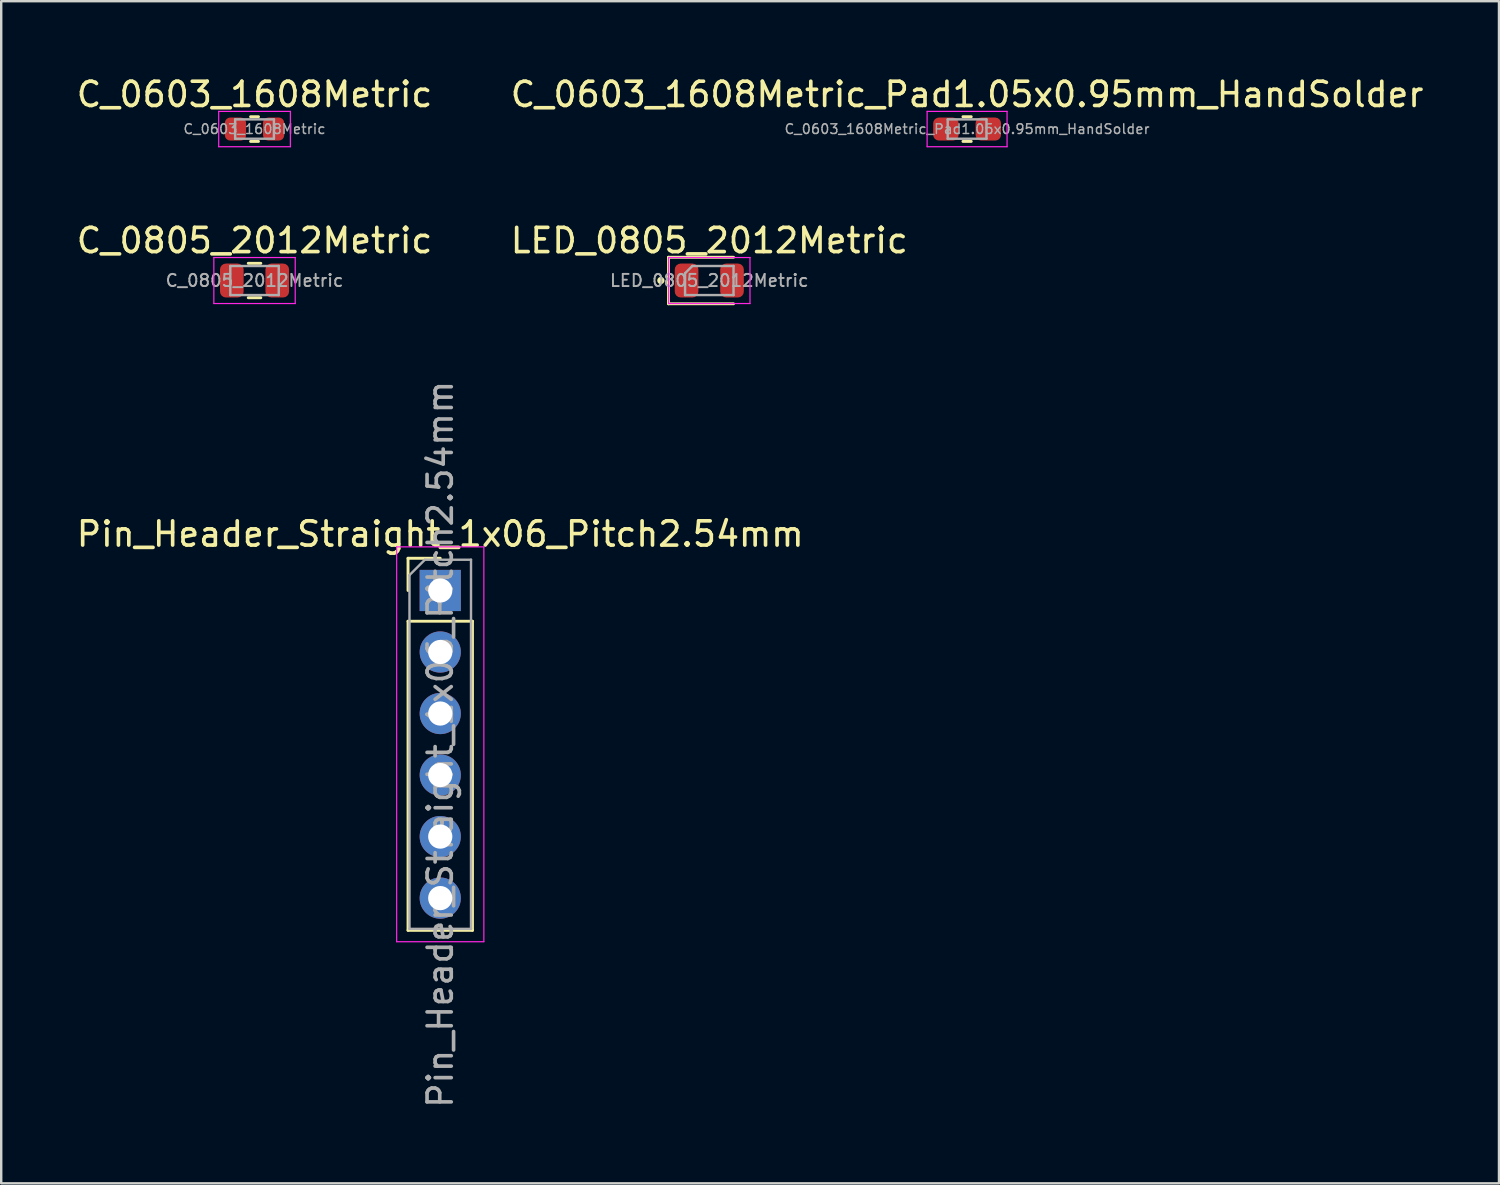
<source format=kicad_pcb>
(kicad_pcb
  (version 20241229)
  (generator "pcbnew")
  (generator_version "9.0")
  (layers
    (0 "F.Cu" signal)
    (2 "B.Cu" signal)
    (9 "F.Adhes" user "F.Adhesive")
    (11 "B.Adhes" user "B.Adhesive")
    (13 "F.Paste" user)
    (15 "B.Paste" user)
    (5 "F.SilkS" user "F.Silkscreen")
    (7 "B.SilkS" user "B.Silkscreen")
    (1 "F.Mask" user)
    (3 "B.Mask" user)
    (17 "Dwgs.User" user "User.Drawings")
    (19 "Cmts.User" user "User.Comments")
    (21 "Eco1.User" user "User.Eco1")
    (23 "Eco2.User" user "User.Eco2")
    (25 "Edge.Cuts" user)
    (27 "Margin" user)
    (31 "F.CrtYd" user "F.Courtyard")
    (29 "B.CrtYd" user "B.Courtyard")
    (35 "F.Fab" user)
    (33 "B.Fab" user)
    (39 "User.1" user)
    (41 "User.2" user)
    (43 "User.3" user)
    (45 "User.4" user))
  (footprint "C_0603_1608Metric_Pad1.05x0.95mm_HandSolder"
    (layer "F.Cu")
    (at 36.875 2.278)
    (property "Reference" "C_0603_1608Metric_Pad1.05x0.95mm_HandSolder" (at 0 -1.43 0) (layer "F.SilkS") (effects (font (size 1 1) (thickness 0.15))))
    (attr smd)
    (fp_line (start -0.171 -0.51) (end 0.171 -0.51) (stroke (width 0.12) (type solid)) (layer "F.SilkS"))
    (fp_line (start -0.171 0.51) (end 0.171 0.51) (stroke (width 0.12) (type solid)) (layer "F.SilkS"))
    (fp_line (start -1.65 -0.73) (end 1.65 -0.73) (stroke (width 0.05) (type solid)) (layer "F.CrtYd"))
    (fp_line (start -1.65 0.73) (end -1.65 -0.73) (stroke (width 0.05) (type solid)) (layer "F.CrtYd"))
    (fp_line (start 1.65 -0.73) (end 1.65 0.73) (stroke (width 0.05) (type solid)) (layer "F.CrtYd"))
    (fp_line (start 1.65 0.73) (end -1.65 0.73) (stroke (width 0.05) (type solid)) (layer "F.CrtYd"))
    (fp_line (start -0.8 -0.4) (end 0.8 -0.4) (stroke (width 0.1) (type solid)) (layer "F.Fab"))
    (fp_line (start -0.8 0.4) (end -0.8 -0.4) (stroke (width 0.1) (type solid)) (layer "F.Fab"))
    (fp_line (start 0.8 -0.4) (end 0.8 0.4) (stroke (width 0.1) (type solid)) (layer "F.Fab"))
    (fp_line (start 0.8 0.4) (end -0.8 0.4) (stroke (width 0.1) (type solid)) (layer "F.Fab"))
    (fp_text user "${REFERENCE}" (at 0 0 0) (layer "F.Fab") (effects (font (size 0.4 0.4) (thickness 0.06))))
    (pad "1" smd roundrect (at -0.875 0) (size 1.05 0.95) (layers "F.Cu" "F.Mask" "F.Paste") (roundrect_rratio 0.25))
    (pad "2" smd roundrect (at 0.875 0) (size 1.05 0.95) (layers "F.Cu" "F.Mask" "F.Paste") (roundrect_rratio 0.25)))
  (footprint "Pin_Header_Straight_1x06_Pitch2.54mm"
    (layer "F.Cu")
    (at 15.125 21.327)
    (property "Reference" "Pin_Header_Straight_1x06_Pitch2.54mm" (at 0 -2.33 0) (layer "F.SilkS") (effects (font (size 1 1) (thickness 0.15))))
    (attr through_hole)
    (fp_line (start -1.33 -1.33) (end 0 -1.33) (stroke (width 0.12) (type solid)) (layer "F.SilkS"))
    (fp_line (start -1.33 0) (end -1.33 -1.33) (stroke (width 0.12) (type solid)) (layer "F.SilkS"))
    (fp_line (start -1.33 1.27) (end -1.33 14.03) (stroke (width 0.12) (type solid)) (layer "F.SilkS"))
    (fp_line (start -1.33 1.27) (end 1.33 1.27) (stroke (width 0.12) (type solid)) (layer "F.SilkS"))
    (fp_line (start -1.33 14.03) (end 1.33 14.03) (stroke (width 0.12) (type solid)) (layer "F.SilkS"))
    (fp_line (start 1.33 1.27) (end 1.33 14.03) (stroke (width 0.12) (type solid)) (layer "F.SilkS"))
    (fp_line (start -1.8 -1.8) (end -1.8 14.5) (stroke (width 0.05) (type solid)) (layer "F.CrtYd"))
    (fp_line (start -1.8 14.5) (end 1.8 14.5) (stroke (width 0.05) (type solid)) (layer "F.CrtYd"))
    (fp_line (start 1.8 -1.8) (end -1.8 -1.8) (stroke (width 0.05) (type solid)) (layer "F.CrtYd"))
    (fp_line (start 1.8 14.5) (end 1.8 -1.8) (stroke (width 0.05) (type solid)) (layer "F.CrtYd"))
    (fp_line (start -1.27 -0.635) (end -0.635 -1.27) (stroke (width 0.1) (type solid)) (layer "F.Fab"))
    (fp_line (start -1.27 13.97) (end -1.27 -0.635) (stroke (width 0.1) (type solid)) (layer "F.Fab"))
    (fp_line (start -0.635 -1.27) (end 1.27 -1.27) (stroke (width 0.1) (type solid)) (layer "F.Fab"))
    (fp_line (start 1.27 -1.27) (end 1.27 13.97) (stroke (width 0.1) (type solid)) (layer "F.Fab"))
    (fp_line (start 1.27 13.97) (end -1.27 13.97) (stroke (width 0.1) (type solid)) (layer "F.Fab"))
    (fp_text user "${REFERENCE}" (at 0 6.35 90) (layer "F.Fab") (effects (font (size 1 1) (thickness 0.15))))
    (pad "1" thru_hole rect (at 0 0) (size 1.7 1.7) (drill 1) (layers "*.Cu" "*.Mask"))
    (pad "2" thru_hole oval (at 0 2.54) (size 1.7 1.7) (drill 1) (layers "*.Cu" "*.Mask"))
    (pad "3" thru_hole oval (at 0 5.08) (size 1.7 1.7) (drill 1) (layers "*.Cu" "*.Mask"))
    (pad "4" thru_hole oval (at 0 7.62) (size 1.7 1.7) (drill 1) (layers "*.Cu" "*.Mask"))
    (pad "5" thru_hole oval (at 0 10.16) (size 1.7 1.7) (drill 1) (layers "*.Cu" "*.Mask"))
    (pad "6" thru_hole oval (at 0 12.7) (size 1.7 1.7) (drill 1) (layers "*.Cu" "*.Mask")))
  (footprint "C_0805_2012Metric"
    (layer "F.Cu")
    (at 7.458 8.531)
    (property "Reference" "C_0805_2012Metric" (at 0 -1.65 0) (layer "F.SilkS") (effects (font (size 1 1) (thickness 0.15))))
    (attr smd)
    (fp_line (start -0.259 -0.71) (end 0.259 -0.71) (stroke (width 0.12) (type solid)) (layer "F.SilkS"))
    (fp_line (start -0.259 0.71) (end 0.259 0.71) (stroke (width 0.12) (type solid)) (layer "F.SilkS"))
    (fp_line (start -1.68 -0.95) (end 1.68 -0.95) (stroke (width 0.05) (type solid)) (layer "F.CrtYd"))
    (fp_line (start -1.68 0.95) (end -1.68 -0.95) (stroke (width 0.05) (type solid)) (layer "F.CrtYd"))
    (fp_line (start 1.68 -0.95) (end 1.68 0.95) (stroke (width 0.05) (type solid)) (layer "F.CrtYd"))
    (fp_line (start 1.68 0.95) (end -1.68 0.95) (stroke (width 0.05) (type solid)) (layer "F.CrtYd"))
    (fp_line (start -1 -0.6) (end 1 -0.6) (stroke (width 0.1) (type solid)) (layer "F.Fab"))
    (fp_line (start -1 0.6) (end -1 -0.6) (stroke (width 0.1) (type solid)) (layer "F.Fab"))
    (fp_line (start 1 -0.6) (end 1 0.6) (stroke (width 0.1) (type solid)) (layer "F.Fab"))
    (fp_line (start 1 0.6) (end -1 0.6) (stroke (width 0.1) (type solid)) (layer "F.Fab"))
    (fp_text user "${REFERENCE}" (at 0 0 0) (layer "F.Fab") (effects (font (size 0.5 0.5) (thickness 0.08))))
    (pad "1" smd roundrect (at -0.938 0) (size 0.975 1.4) (layers "F.Cu" "F.Mask" "F.Paste") (roundrect_rratio 0.25))
    (pad "2" smd roundrect (at 0.938 0) (size 0.975 1.4) (layers "F.Cu" "F.Mask" "F.Paste") (roundrect_rratio 0.25)))
  (footprint "C_0603_1608Metric"
    (layer "F.Cu")
    (at 7.458 2.278)
    (property "Reference" "C_0603_1608Metric" (at 0 -1.43 0) (layer "F.SilkS") (effects (font (size 1 1) (thickness 0.15))))
    (attr smd)
    (fp_line (start -0.163 -0.51) (end 0.163 -0.51) (stroke (width 0.12) (type solid)) (layer "F.SilkS"))
    (fp_line (start -0.163 0.51) (end 0.163 0.51) (stroke (width 0.12) (type solid)) (layer "F.SilkS"))
    (fp_line (start -1.48 -0.73) (end 1.48 -0.73) (stroke (width 0.05) (type solid)) (layer "F.CrtYd"))
    (fp_line (start -1.48 0.73) (end -1.48 -0.73) (stroke (width 0.05) (type solid)) (layer "F.CrtYd"))
    (fp_line (start 1.48 -0.73) (end 1.48 0.73) (stroke (width 0.05) (type solid)) (layer "F.CrtYd"))
    (fp_line (start 1.48 0.73) (end -1.48 0.73) (stroke (width 0.05) (type solid)) (layer "F.CrtYd"))
    (fp_line (start -0.8 -0.4) (end 0.8 -0.4) (stroke (width 0.1) (type solid)) (layer "F.Fab"))
    (fp_line (start -0.8 0.4) (end -0.8 -0.4) (stroke (width 0.1) (type solid)) (layer "F.Fab"))
    (fp_line (start 0.8 -0.4) (end 0.8 0.4) (stroke (width 0.1) (type solid)) (layer "F.Fab"))
    (fp_line (start 0.8 0.4) (end -0.8 0.4) (stroke (width 0.1) (type solid)) (layer "F.Fab"))
    (fp_text user "${REFERENCE}" (at 0 0 0) (layer "F.Fab") (effects (font (size 0.4 0.4) (thickness 0.06))))
    (pad "1" smd roundrect (at -0.787 0) (size 0.875 0.95) (layers "F.Cu" "F.Mask" "F.Paste") (roundrect_rratio 0.25))
    (pad "2" smd roundrect (at 0.787 0) (size 0.875 0.95) (layers "F.Cu" "F.Mask" "F.Paste") (roundrect_rratio 0.25)))
  (footprint "LED_0805_2012Metric"
    (layer "F.Cu")
    (at 26.232 8.531)
    (property "Reference" "LED_0805_2012Metric" (at 0 -1.65 0) (layer "F.SilkS") (effects (font (size 1 1) (thickness 0.15))))
    (attr smd)
    (fp_line (start -1.685 -0.96) (end -1.685 0.96) (stroke (width 0.12) (type solid)) (layer "F.SilkS"))
    (fp_line (start -1.685 0.96) (end 1 0.96) (stroke (width 0.12) (type solid)) (layer "F.SilkS"))
    (fp_line (start 1 -0.96) (end -1.685 -0.96) (stroke (width 0.12) (type solid)) (layer "F.SilkS"))
    (fp_line (start -1.68 -0.95) (end 1.68 -0.95) (stroke (width 0.05) (type solid)) (layer "F.CrtYd"))
    (fp_line (start -1.68 0.95) (end -1.68 -0.95) (stroke (width 0.05) (type solid)) (layer "F.CrtYd"))
    (fp_line (start 1.68 -0.95) (end 1.68 0.95) (stroke (width 0.05) (type solid)) (layer "F.CrtYd"))
    (fp_line (start 1.68 0.95) (end -1.68 0.95) (stroke (width 0.05) (type solid)) (layer "F.CrtYd"))
    (fp_line (start -1 -0.3) (end -1 0.6) (stroke (width 0.1) (type solid)) (layer "F.Fab"))
    (fp_line (start -1 0.6) (end 1 0.6) (stroke (width 0.1) (type solid)) (layer "F.Fab"))
    (fp_line (start -0.7 -0.6) (end -1 -0.3) (stroke (width 0.1) (type solid)) (layer "F.Fab"))
    (fp_line (start 1 -0.6) (end -0.7 -0.6) (stroke (width 0.1) (type solid)) (layer "F.Fab"))
    (fp_line (start 1 0.6) (end 1 -0.6) (stroke (width 0.1) (type solid)) (layer "F.Fab"))
    (fp_text user "${REFERENCE}" (at 0 0 0) (layer "F.Fab") (effects (font (size 0.5 0.5) (thickness 0.08))))
    (pad "" smd circle (at -2 0 180) (size 0.3 0.3) (layers "F.SilkS"))
    (pad "1" smd roundrect (at -0.938 0) (size 0.975 1.4) (layers "F.Cu" "F.Mask" "F.Paste") (roundrect_rratio 0.25))
    (pad "2" smd roundrect (at 0.938 0) (size 0.975 1.4) (layers "F.Cu" "F.Mask" "F.Paste") (roundrect_rratio 0.25)))
  (gr_rect
    (start -3 -3)
    (end 58.833 45.802)
    (stroke (width 0.1) (type default))
    (fill no)
    (layer "Edge.Cuts")))
</source>
